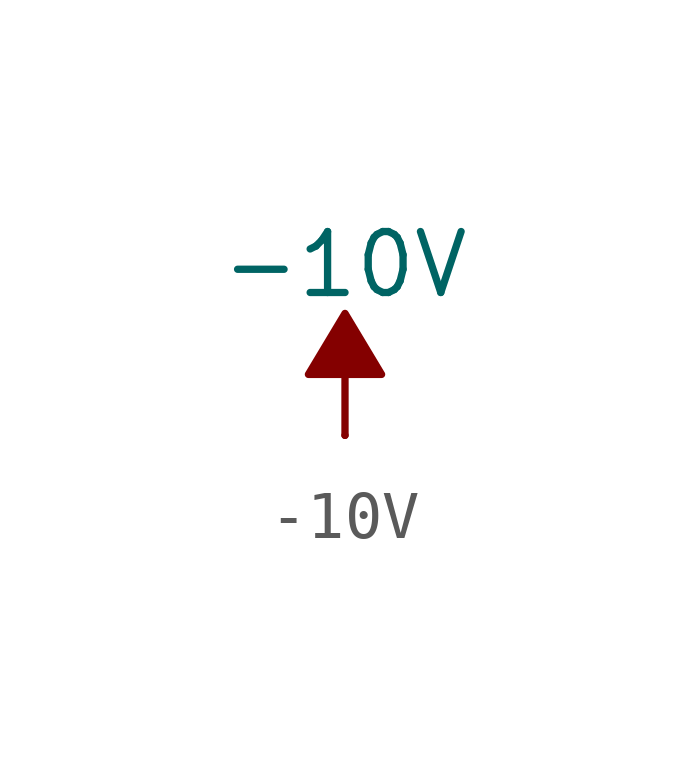
<source format=kicad_sym>
(kicad_symbol_lib
  (version 20241209)
  (generator "kicad_symbol_editor")
  (generator_version "9.0")
  (symbol "-10V"
    (power)
    (pin_numbers
      (hide yes))
    (pin_names
      (offset 0)
      (hide yes))
    (property "Reference" "#PWR"
      (at 0 -3.81 0)
      (effects (font (size 1.27 1.27)) (hide yes)))
    (property "Value" "-10V"
      (at 0 3.556 0)
      (effects (font (size 1.27 1.27))))
    (symbol "-10V_0_0"
      (pin power_in line (at 0 0 90) (length 0) (name "~" (effects (font (size 1.27 1.27)))) (number "1" (effects (font (size 1.27 1.27))))))
    (symbol "-10V_0_1"
      (polyline (pts (xy 0 0) (xy 0 1.27) (xy 0.762 1.27) (xy 0 2.54) (xy -0.762 1.27) (xy 0 1.27)) (stroke (width 0) (type default)) (fill (type outline))))))
</source>
